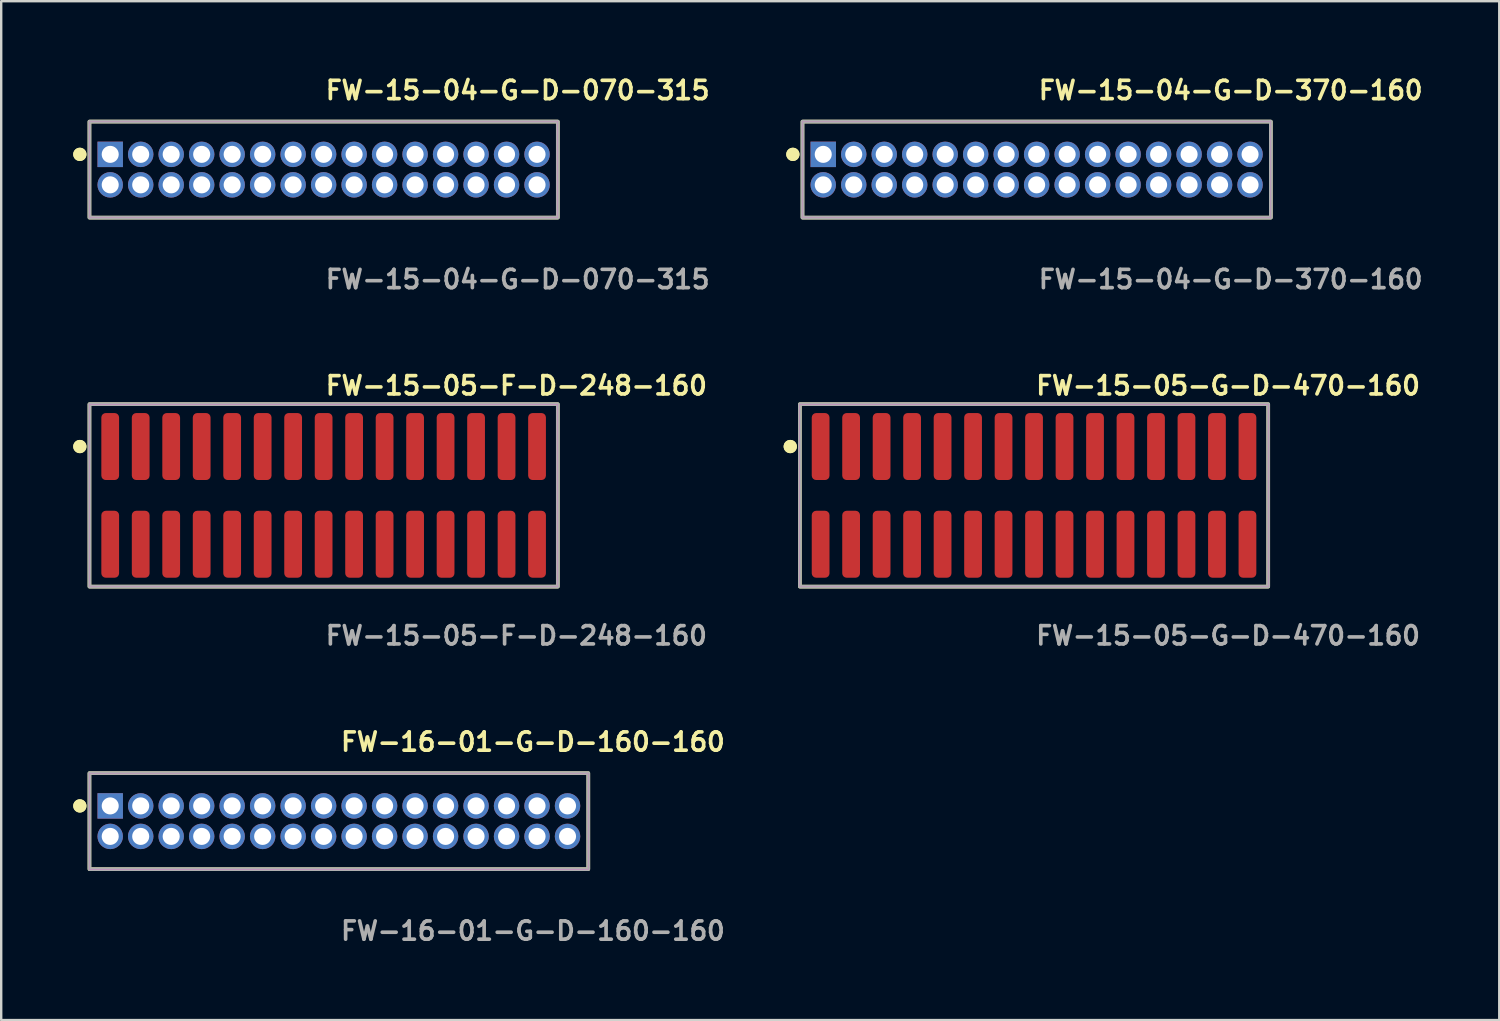
<source format=kicad_pcb>
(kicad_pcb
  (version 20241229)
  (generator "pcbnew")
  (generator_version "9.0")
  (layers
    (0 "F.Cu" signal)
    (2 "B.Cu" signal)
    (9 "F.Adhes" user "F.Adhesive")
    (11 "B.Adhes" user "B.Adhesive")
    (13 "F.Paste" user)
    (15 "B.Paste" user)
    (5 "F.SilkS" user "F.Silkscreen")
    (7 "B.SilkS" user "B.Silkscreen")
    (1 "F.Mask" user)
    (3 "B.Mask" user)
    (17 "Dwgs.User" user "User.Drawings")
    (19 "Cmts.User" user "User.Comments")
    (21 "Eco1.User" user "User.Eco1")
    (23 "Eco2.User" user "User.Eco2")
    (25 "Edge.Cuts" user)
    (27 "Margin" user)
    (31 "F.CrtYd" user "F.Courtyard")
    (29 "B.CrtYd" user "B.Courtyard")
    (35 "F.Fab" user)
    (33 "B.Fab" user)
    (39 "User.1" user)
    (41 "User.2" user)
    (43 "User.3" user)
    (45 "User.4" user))
  (footprint "FW-15-05-F-D-248-160"
    (layer "F.Cu")
    (at 10.431 17.586)
    (property "Reference" "FW-15-05-F-D-248-160" (at 0 -4.572 0) (unlocked yes) (layer "F.SilkS") (effects (font (size 0.762 0.762) (thickness 0.152)) (justify left)))
    (fp_rect (start -9.755 3.8) (end 9.755 -3.8) (stroke (width 0.152) (type solid)) (fill no) (layer "F.SilkS"))
    (fp_circle (center -10.155 -2.035) (end -10.355 -2.035) (stroke (width 0.152) (type solid)) (fill yes) (layer "F.SilkS"))
    (fp_circle (center -10.155 -2.035) (end -10.355 -2.035) (stroke (width 0.152) (type solid)) (fill yes) (layer "F.SilkS"))
    (fp_rect (start -9.755 3.8) (end 9.755 -3.8) (stroke (width 0.006) (type solid)) (fill no) (layer "F.CrtYd"))
    (fp_rect (start -9.755 3.8) (end 9.755 -3.8) (stroke (width 0.152) (type solid)) (fill no) (layer "F.Fab"))
    (fp_text user "${REFERENCE}" (at 0 5.842 0) (unlocked yes) (layer "F.Fab") (effects (font (size 0.762 0.762) (thickness 0.152)) (justify left)))
    (pad "1" smd roundrect (at -8.89 -2.035) (size 0.74 2.79) (layers "F.Cu" "F.Paste") (roundrect_rratio 0.25))
    (pad "2" smd roundrect (at -8.89 2.035) (size 0.74 2.79) (layers "F.Cu" "F.Paste") (roundrect_rratio 0.25))
    (pad "3" smd roundrect (at -7.62 -2.035) (size 0.74 2.79) (layers "F.Cu" "F.Paste") (roundrect_rratio 0.25))
    (pad "4" smd roundrect (at -7.62 2.035) (size 0.74 2.79) (layers "F.Cu" "F.Paste") (roundrect_rratio 0.25))
    (pad "5" smd roundrect (at -6.35 -2.035) (size 0.74 2.79) (layers "F.Cu" "F.Paste") (roundrect_rratio 0.25))
    (pad "6" smd roundrect (at -6.35 2.035) (size 0.74 2.79) (layers "F.Cu" "F.Paste") (roundrect_rratio 0.25))
    (pad "7" smd roundrect (at -5.08 -2.035) (size 0.74 2.79) (layers "F.Cu" "F.Paste") (roundrect_rratio 0.25))
    (pad "8" smd roundrect (at -5.08 2.035) (size 0.74 2.79) (layers "F.Cu" "F.Paste") (roundrect_rratio 0.25))
    (pad "9" smd roundrect (at -3.81 -2.035) (size 0.74 2.79) (layers "F.Cu" "F.Paste") (roundrect_rratio 0.25))
    (pad "10" smd roundrect (at -3.81 2.035) (size 0.74 2.79) (layers "F.Cu" "F.Paste") (roundrect_rratio 0.25))
    (pad "11" smd roundrect (at -2.54 -2.035) (size 0.74 2.79) (layers "F.Cu" "F.Paste") (roundrect_rratio 0.25))
    (pad "12" smd roundrect (at -2.54 2.035) (size 0.74 2.79) (layers "F.Cu" "F.Paste") (roundrect_rratio 0.25))
    (pad "13" smd roundrect (at -1.27 -2.035) (size 0.74 2.79) (layers "F.Cu" "F.Paste") (roundrect_rratio 0.25))
    (pad "14" smd roundrect (at -1.27 2.035) (size 0.74 2.79) (layers "F.Cu" "F.Paste") (roundrect_rratio 0.25))
    (pad "15" smd roundrect (at 0 -2.035) (size 0.74 2.79) (layers "F.Cu" "F.Paste") (roundrect_rratio 0.25))
    (pad "16" smd roundrect (at 0 2.035) (size 0.74 2.79) (layers "F.Cu" "F.Paste") (roundrect_rratio 0.25))
    (pad "17" smd roundrect (at 1.27 -2.035) (size 0.74 2.79) (layers "F.Cu" "F.Paste") (roundrect_rratio 0.25))
    (pad "18" smd roundrect (at 1.27 2.035) (size 0.74 2.79) (layers "F.Cu" "F.Paste") (roundrect_rratio 0.25))
    (pad "19" smd roundrect (at 2.54 -2.035) (size 0.74 2.79) (layers "F.Cu" "F.Paste") (roundrect_rratio 0.25))
    (pad "20" smd roundrect (at 2.54 2.035) (size 0.74 2.79) (layers "F.Cu" "F.Paste") (roundrect_rratio 0.25))
    (pad "21" smd roundrect (at 3.81 -2.035) (size 0.74 2.79) (layers "F.Cu" "F.Paste") (roundrect_rratio 0.25))
    (pad "22" smd roundrect (at 3.81 2.035) (size 0.74 2.79) (layers "F.Cu" "F.Paste") (roundrect_rratio 0.25))
    (pad "23" smd roundrect (at 5.08 -2.035) (size 0.74 2.79) (layers "F.Cu" "F.Paste") (roundrect_rratio 0.25))
    (pad "24" smd roundrect (at 5.08 2.035) (size 0.74 2.79) (layers "F.Cu" "F.Paste") (roundrect_rratio 0.25))
    (pad "25" smd roundrect (at 6.35 -2.035) (size 0.74 2.79) (layers "F.Cu" "F.Paste") (roundrect_rratio 0.25))
    (pad "26" smd roundrect (at 6.35 2.035) (size 0.74 2.79) (layers "F.Cu" "F.Paste") (roundrect_rratio 0.25))
    (pad "27" smd roundrect (at 7.62 -2.035) (size 0.74 2.79) (layers "F.Cu" "F.Paste") (roundrect_rratio 0.25))
    (pad "28" smd roundrect (at 7.62 2.035) (size 0.74 2.79) (layers "F.Cu" "F.Paste") (roundrect_rratio 0.25))
    (pad "29" smd roundrect (at 8.89 -2.035) (size 0.74 2.79) (layers "F.Cu" "F.Paste") (roundrect_rratio 0.25))
    (pad "30" smd roundrect (at 8.89 2.035) (size 0.74 2.79) (layers "F.Cu" "F.Paste") (roundrect_rratio 0.25)))
  (footprint "FW-15-04-G-D-070-315"
    (layer "F.Cu")
    (at 10.431 4.015)
    (property "Reference" "FW-15-04-G-D-070-315" (at 0 -3.302 0) (unlocked yes) (layer "F.SilkS") (effects (font (size 0.762 0.762) (thickness 0.152)) (justify left)))
    (fp_rect (start -9.755 2) (end 9.755 -2) (stroke (width 0.152) (type solid)) (fill no) (layer "F.SilkS"))
    (fp_circle (center -10.155 -0.635) (end -10.355 -0.635) (stroke (width 0.152) (type solid)) (fill yes) (layer "F.SilkS"))
    (fp_circle (center -10.155 -0.635) (end -10.355 -0.635) (stroke (width 0.152) (type solid)) (fill yes) (layer "F.SilkS"))
    (fp_rect (start -9.755 2) (end 9.755 -2) (stroke (width 0.006) (type solid)) (fill no) (layer "F.CrtYd"))
    (fp_rect (start -9.755 2) (end 9.755 -2) (stroke (width 0.152) (type solid)) (fill no) (layer "F.Fab"))
    (fp_text user "${REFERENCE}" (at 0 4.572 0) (unlocked yes) (layer "F.Fab") (effects (font (size 0.762 0.762) (thickness 0.152)) (justify left)))
    (pad "1" thru_hole rect (at -8.89 -0.635) (size 1.06 1.06) (drill 0.71) (layers "*.Cu" "*.Mask"))
    (pad "2" thru_hole circle (at -8.89 0.635) (size 1.06 1.06) (drill 0.71) (layers "*.Cu" "*.Mask"))
    (pad "3" thru_hole circle (at -7.62 -0.635) (size 1.06 1.06) (drill 0.71) (layers "*.Cu" "*.Mask"))
    (pad "4" thru_hole circle (at -7.62 0.635) (size 1.06 1.06) (drill 0.71) (layers "*.Cu" "*.Mask"))
    (pad "5" thru_hole circle (at -6.35 -0.635) (size 1.06 1.06) (drill 0.71) (layers "*.Cu" "*.Mask"))
    (pad "6" thru_hole circle (at -6.35 0.635) (size 1.06 1.06) (drill 0.71) (layers "*.Cu" "*.Mask"))
    (pad "7" thru_hole circle (at -5.08 -0.635) (size 1.06 1.06) (drill 0.71) (layers "*.Cu" "*.Mask"))
    (pad "8" thru_hole circle (at -5.08 0.635) (size 1.06 1.06) (drill 0.71) (layers "*.Cu" "*.Mask"))
    (pad "9" thru_hole circle (at -3.81 -0.635) (size 1.06 1.06) (drill 0.71) (layers "*.Cu" "*.Mask"))
    (pad "10" thru_hole circle (at -3.81 0.635) (size 1.06 1.06) (drill 0.71) (layers "*.Cu" "*.Mask"))
    (pad "11" thru_hole circle (at -2.54 -0.635) (size 1.06 1.06) (drill 0.71) (layers "*.Cu" "*.Mask"))
    (pad "12" thru_hole circle (at -2.54 0.635) (size 1.06 1.06) (drill 0.71) (layers "*.Cu" "*.Mask"))
    (pad "13" thru_hole circle (at -1.27 -0.635) (size 1.06 1.06) (drill 0.71) (layers "*.Cu" "*.Mask"))
    (pad "14" thru_hole circle (at -1.27 0.635) (size 1.06 1.06) (drill 0.71) (layers "*.Cu" "*.Mask"))
    (pad "15" thru_hole circle (at 0 -0.635) (size 1.06 1.06) (drill 0.71) (layers "*.Cu" "*.Mask"))
    (pad "16" thru_hole circle (at 0 0.635) (size 1.06 1.06) (drill 0.71) (layers "*.Cu" "*.Mask"))
    (pad "17" thru_hole circle (at 1.27 -0.635) (size 1.06 1.06) (drill 0.71) (layers "*.Cu" "*.Mask"))
    (pad "18" thru_hole circle (at 1.27 0.635) (size 1.06 1.06) (drill 0.71) (layers "*.Cu" "*.Mask"))
    (pad "19" thru_hole circle (at 2.54 -0.635) (size 1.06 1.06) (drill 0.71) (layers "*.Cu" "*.Mask"))
    (pad "20" thru_hole circle (at 2.54 0.635) (size 1.06 1.06) (drill 0.71) (layers "*.Cu" "*.Mask"))
    (pad "21" thru_hole circle (at 3.81 -0.635) (size 1.06 1.06) (drill 0.71) (layers "*.Cu" "*.Mask"))
    (pad "22" thru_hole circle (at 3.81 0.635) (size 1.06 1.06) (drill 0.71) (layers "*.Cu" "*.Mask"))
    (pad "23" thru_hole circle (at 5.08 -0.635) (size 1.06 1.06) (drill 0.71) (layers "*.Cu" "*.Mask"))
    (pad "24" thru_hole circle (at 5.08 0.635) (size 1.06 1.06) (drill 0.71) (layers "*.Cu" "*.Mask"))
    (pad "25" thru_hole circle (at 6.35 -0.635) (size 1.06 1.06) (drill 0.71) (layers "*.Cu" "*.Mask"))
    (pad "26" thru_hole circle (at 6.35 0.635) (size 1.06 1.06) (drill 0.71) (layers "*.Cu" "*.Mask"))
    (pad "27" thru_hole circle (at 7.62 -0.635) (size 1.06 1.06) (drill 0.71) (layers "*.Cu" "*.Mask"))
    (pad "28" thru_hole circle (at 7.62 0.635) (size 1.06 1.06) (drill 0.71) (layers "*.Cu" "*.Mask"))
    (pad "29" thru_hole circle (at 8.89 -0.635) (size 1.06 1.06) (drill 0.71) (layers "*.Cu" "*.Mask"))
    (pad "30" thru_hole circle (at 8.89 0.635) (size 1.06 1.06) (drill 0.71) (layers "*.Cu" "*.Mask")))
  (footprint "FW-16-01-G-D-160-160"
    (layer "F.Cu")
    (at 11.066 31.156)
    (property "Reference" "FW-16-01-G-D-160-160" (at 0 -3.302 0) (unlocked yes) (layer "F.SilkS") (effects (font (size 0.762 0.762) (thickness 0.152)) (justify left)))
    (fp_rect (start -10.39 2) (end 10.39 -2) (stroke (width 0.152) (type solid)) (fill no) (layer "F.SilkS"))
    (fp_circle (center -10.79 -0.635) (end -10.99 -0.635) (stroke (width 0.152) (type solid)) (fill yes) (layer "F.SilkS"))
    (fp_circle (center -10.79 -0.635) (end -10.99 -0.635) (stroke (width 0.152) (type solid)) (fill yes) (layer "F.SilkS"))
    (fp_rect (start -10.39 2) (end 10.39 -2) (stroke (width 0.006) (type solid)) (fill no) (layer "F.CrtYd"))
    (fp_rect (start -10.39 2) (end 10.39 -2) (stroke (width 0.152) (type solid)) (fill no) (layer "F.Fab"))
    (fp_text user "${REFERENCE}" (at 0 4.572 0) (unlocked yes) (layer "F.Fab") (effects (font (size 0.762 0.762) (thickness 0.152)) (justify left)))
    (pad "1" thru_hole rect (at -9.525 -0.635) (size 1.06 1.06) (drill 0.71) (layers "*.Cu" "*.Mask"))
    (pad "2" thru_hole circle (at -9.525 0.635) (size 1.06 1.06) (drill 0.71) (layers "*.Cu" "*.Mask"))
    (pad "3" thru_hole circle (at -8.255 -0.635) (size 1.06 1.06) (drill 0.71) (layers "*.Cu" "*.Mask"))
    (pad "4" thru_hole circle (at -8.255 0.635) (size 1.06 1.06) (drill 0.71) (layers "*.Cu" "*.Mask"))
    (pad "5" thru_hole circle (at -6.985 -0.635) (size 1.06 1.06) (drill 0.71) (layers "*.Cu" "*.Mask"))
    (pad "6" thru_hole circle (at -6.985 0.635) (size 1.06 1.06) (drill 0.71) (layers "*.Cu" "*.Mask"))
    (pad "7" thru_hole circle (at -5.715 -0.635) (size 1.06 1.06) (drill 0.71) (layers "*.Cu" "*.Mask"))
    (pad "8" thru_hole circle (at -5.715 0.635) (size 1.06 1.06) (drill 0.71) (layers "*.Cu" "*.Mask"))
    (pad "9" thru_hole circle (at -4.445 -0.635) (size 1.06 1.06) (drill 0.71) (layers "*.Cu" "*.Mask"))
    (pad "10" thru_hole circle (at -4.445 0.635) (size 1.06 1.06) (drill 0.71) (layers "*.Cu" "*.Mask"))
    (pad "11" thru_hole circle (at -3.175 -0.635) (size 1.06 1.06) (drill 0.71) (layers "*.Cu" "*.Mask"))
    (pad "12" thru_hole circle (at -3.175 0.635) (size 1.06 1.06) (drill 0.71) (layers "*.Cu" "*.Mask"))
    (pad "13" thru_hole circle (at -1.905 -0.635) (size 1.06 1.06) (drill 0.71) (layers "*.Cu" "*.Mask"))
    (pad "14" thru_hole circle (at -1.905 0.635) (size 1.06 1.06) (drill 0.71) (layers "*.Cu" "*.Mask"))
    (pad "15" thru_hole circle (at -0.635 -0.635) (size 1.06 1.06) (drill 0.71) (layers "*.Cu" "*.Mask"))
    (pad "16" thru_hole circle (at -0.635 0.635) (size 1.06 1.06) (drill 0.71) (layers "*.Cu" "*.Mask"))
    (pad "17" thru_hole circle (at 0.635 -0.635) (size 1.06 1.06) (drill 0.71) (layers "*.Cu" "*.Mask"))
    (pad "18" thru_hole circle (at 0.635 0.635) (size 1.06 1.06) (drill 0.71) (layers "*.Cu" "*.Mask"))
    (pad "19" thru_hole circle (at 1.905 -0.635) (size 1.06 1.06) (drill 0.71) (layers "*.Cu" "*.Mask"))
    (pad "20" thru_hole circle (at 1.905 0.635) (size 1.06 1.06) (drill 0.71) (layers "*.Cu" "*.Mask"))
    (pad "21" thru_hole circle (at 3.175 -0.635) (size 1.06 1.06) (drill 0.71) (layers "*.Cu" "*.Mask"))
    (pad "22" thru_hole circle (at 3.175 0.635) (size 1.06 1.06) (drill 0.71) (layers "*.Cu" "*.Mask"))
    (pad "23" thru_hole circle (at 4.445 -0.635) (size 1.06 1.06) (drill 0.71) (layers "*.Cu" "*.Mask"))
    (pad "24" thru_hole circle (at 4.445 0.635) (size 1.06 1.06) (drill 0.71) (layers "*.Cu" "*.Mask"))
    (pad "25" thru_hole circle (at 5.715 -0.635) (size 1.06 1.06) (drill 0.71) (layers "*.Cu" "*.Mask"))
    (pad "26" thru_hole circle (at 5.715 0.635) (size 1.06 1.06) (drill 0.71) (layers "*.Cu" "*.Mask"))
    (pad "27" thru_hole circle (at 6.985 -0.635) (size 1.06 1.06) (drill 0.71) (layers "*.Cu" "*.Mask"))
    (pad "28" thru_hole circle (at 6.985 0.635) (size 1.06 1.06) (drill 0.71) (layers "*.Cu" "*.Mask"))
    (pad "29" thru_hole circle (at 8.255 -0.635) (size 1.06 1.06) (drill 0.71) (layers "*.Cu" "*.Mask"))
    (pad "30" thru_hole circle (at 8.255 0.635) (size 1.06 1.06) (drill 0.71) (layers "*.Cu" "*.Mask"))
    (pad "31" thru_hole circle (at 9.525 -0.635) (size 1.06 1.06) (drill 0.71) (layers "*.Cu" "*.Mask"))
    (pad "32" thru_hole circle (at 9.525 0.635) (size 1.06 1.06) (drill 0.71) (layers "*.Cu" "*.Mask")))
  (footprint "FW-15-04-G-D-370-160"
    (layer "F.Cu")
    (at 40.133 4.015)
    (property "Reference" "FW-15-04-G-D-370-160" (at 0 -3.302 0) (unlocked yes) (layer "F.SilkS") (effects (font (size 0.762 0.762) (thickness 0.152)) (justify left)))
    (fp_rect (start -9.755 2) (end 9.755 -2) (stroke (width 0.152) (type solid)) (fill no) (layer "F.SilkS"))
    (fp_circle (center -10.155 -0.635) (end -10.355 -0.635) (stroke (width 0.152) (type solid)) (fill yes) (layer "F.SilkS"))
    (fp_circle (center -10.155 -0.635) (end -10.355 -0.635) (stroke (width 0.152) (type solid)) (fill yes) (layer "F.SilkS"))
    (fp_rect (start -9.755 2) (end 9.755 -2) (stroke (width 0.006) (type solid)) (fill no) (layer "F.CrtYd"))
    (fp_rect (start -9.755 2) (end 9.755 -2) (stroke (width 0.152) (type solid)) (fill no) (layer "F.Fab"))
    (fp_text user "${REFERENCE}" (at 0 4.572 0) (unlocked yes) (layer "F.Fab") (effects (font (size 0.762 0.762) (thickness 0.152)) (justify left)))
    (pad "1" thru_hole rect (at -8.89 -0.635) (size 1.06 1.06) (drill 0.71) (layers "*.Cu" "*.Mask"))
    (pad "2" thru_hole circle (at -8.89 0.635) (size 1.06 1.06) (drill 0.71) (layers "*.Cu" "*.Mask"))
    (pad "3" thru_hole circle (at -7.62 -0.635) (size 1.06 1.06) (drill 0.71) (layers "*.Cu" "*.Mask"))
    (pad "4" thru_hole circle (at -7.62 0.635) (size 1.06 1.06) (drill 0.71) (layers "*.Cu" "*.Mask"))
    (pad "5" thru_hole circle (at -6.35 -0.635) (size 1.06 1.06) (drill 0.71) (layers "*.Cu" "*.Mask"))
    (pad "6" thru_hole circle (at -6.35 0.635) (size 1.06 1.06) (drill 0.71) (layers "*.Cu" "*.Mask"))
    (pad "7" thru_hole circle (at -5.08 -0.635) (size 1.06 1.06) (drill 0.71) (layers "*.Cu" "*.Mask"))
    (pad "8" thru_hole circle (at -5.08 0.635) (size 1.06 1.06) (drill 0.71) (layers "*.Cu" "*.Mask"))
    (pad "9" thru_hole circle (at -3.81 -0.635) (size 1.06 1.06) (drill 0.71) (layers "*.Cu" "*.Mask"))
    (pad "10" thru_hole circle (at -3.81 0.635) (size 1.06 1.06) (drill 0.71) (layers "*.Cu" "*.Mask"))
    (pad "11" thru_hole circle (at -2.54 -0.635) (size 1.06 1.06) (drill 0.71) (layers "*.Cu" "*.Mask"))
    (pad "12" thru_hole circle (at -2.54 0.635) (size 1.06 1.06) (drill 0.71) (layers "*.Cu" "*.Mask"))
    (pad "13" thru_hole circle (at -1.27 -0.635) (size 1.06 1.06) (drill 0.71) (layers "*.Cu" "*.Mask"))
    (pad "14" thru_hole circle (at -1.27 0.635) (size 1.06 1.06) (drill 0.71) (layers "*.Cu" "*.Mask"))
    (pad "15" thru_hole circle (at 0 -0.635) (size 1.06 1.06) (drill 0.71) (layers "*.Cu" "*.Mask"))
    (pad "16" thru_hole circle (at 0 0.635) (size 1.06 1.06) (drill 0.71) (layers "*.Cu" "*.Mask"))
    (pad "17" thru_hole circle (at 1.27 -0.635) (size 1.06 1.06) (drill 0.71) (layers "*.Cu" "*.Mask"))
    (pad "18" thru_hole circle (at 1.27 0.635) (size 1.06 1.06) (drill 0.71) (layers "*.Cu" "*.Mask"))
    (pad "19" thru_hole circle (at 2.54 -0.635) (size 1.06 1.06) (drill 0.71) (layers "*.Cu" "*.Mask"))
    (pad "20" thru_hole circle (at 2.54 0.635) (size 1.06 1.06) (drill 0.71) (layers "*.Cu" "*.Mask"))
    (pad "21" thru_hole circle (at 3.81 -0.635) (size 1.06 1.06) (drill 0.71) (layers "*.Cu" "*.Mask"))
    (pad "22" thru_hole circle (at 3.81 0.635) (size 1.06 1.06) (drill 0.71) (layers "*.Cu" "*.Mask"))
    (pad "23" thru_hole circle (at 5.08 -0.635) (size 1.06 1.06) (drill 0.71) (layers "*.Cu" "*.Mask"))
    (pad "24" thru_hole circle (at 5.08 0.635) (size 1.06 1.06) (drill 0.71) (layers "*.Cu" "*.Mask"))
    (pad "25" thru_hole circle (at 6.35 -0.635) (size 1.06 1.06) (drill 0.71) (layers "*.Cu" "*.Mask"))
    (pad "26" thru_hole circle (at 6.35 0.635) (size 1.06 1.06) (drill 0.71) (layers "*.Cu" "*.Mask"))
    (pad "27" thru_hole circle (at 7.62 -0.635) (size 1.06 1.06) (drill 0.71) (layers "*.Cu" "*.Mask"))
    (pad "28" thru_hole circle (at 7.62 0.635) (size 1.06 1.06) (drill 0.71) (layers "*.Cu" "*.Mask"))
    (pad "29" thru_hole circle (at 8.89 -0.635) (size 1.06 1.06) (drill 0.71) (layers "*.Cu" "*.Mask"))
    (pad "30" thru_hole circle (at 8.89 0.635) (size 1.06 1.06) (drill 0.71) (layers "*.Cu" "*.Mask")))
  (footprint "FW-15-05-G-D-470-160"
    (layer "F.Cu")
    (at 40.024 17.586)
    (property "Reference" "FW-15-05-G-D-470-160" (at 0 -4.572 0) (unlocked yes) (layer "F.SilkS") (effects (font (size 0.762 0.762) (thickness 0.152)) (justify left)))
    (fp_rect (start -9.755 3.8) (end 9.755 -3.8) (stroke (width 0.152) (type solid)) (fill no) (layer "F.SilkS"))
    (fp_circle (center -10.155 -2.035) (end -10.355 -2.035) (stroke (width 0.152) (type solid)) (fill yes) (layer "F.SilkS"))
    (fp_circle (center -10.155 -2.035) (end -10.355 -2.035) (stroke (width 0.152) (type solid)) (fill yes) (layer "F.SilkS"))
    (fp_rect (start -9.755 3.8) (end 9.755 -3.8) (stroke (width 0.006) (type solid)) (fill no) (layer "F.CrtYd"))
    (fp_rect (start -9.755 3.8) (end 9.755 -3.8) (stroke (width 0.152) (type solid)) (fill no) (layer "F.Fab"))
    (fp_text user "${REFERENCE}" (at 0 5.842 0) (unlocked yes) (layer "F.Fab") (effects (font (size 0.762 0.762) (thickness 0.152)) (justify left)))
    (pad "1" smd roundrect (at -8.89 -2.035) (size 0.74 2.79) (layers "F.Cu" "F.Paste") (roundrect_rratio 0.25))
    (pad "2" smd roundrect (at -8.89 2.035) (size 0.74 2.79) (layers "F.Cu" "F.Paste") (roundrect_rratio 0.25))
    (pad "3" smd roundrect (at -7.62 -2.035) (size 0.74 2.79) (layers "F.Cu" "F.Paste") (roundrect_rratio 0.25))
    (pad "4" smd roundrect (at -7.62 2.035) (size 0.74 2.79) (layers "F.Cu" "F.Paste") (roundrect_rratio 0.25))
    (pad "5" smd roundrect (at -6.35 -2.035) (size 0.74 2.79) (layers "F.Cu" "F.Paste") (roundrect_rratio 0.25))
    (pad "6" smd roundrect (at -6.35 2.035) (size 0.74 2.79) (layers "F.Cu" "F.Paste") (roundrect_rratio 0.25))
    (pad "7" smd roundrect (at -5.08 -2.035) (size 0.74 2.79) (layers "F.Cu" "F.Paste") (roundrect_rratio 0.25))
    (pad "8" smd roundrect (at -5.08 2.035) (size 0.74 2.79) (layers "F.Cu" "F.Paste") (roundrect_rratio 0.25))
    (pad "9" smd roundrect (at -3.81 -2.035) (size 0.74 2.79) (layers "F.Cu" "F.Paste") (roundrect_rratio 0.25))
    (pad "10" smd roundrect (at -3.81 2.035) (size 0.74 2.79) (layers "F.Cu" "F.Paste") (roundrect_rratio 0.25))
    (pad "11" smd roundrect (at -2.54 -2.035) (size 0.74 2.79) (layers "F.Cu" "F.Paste") (roundrect_rratio 0.25))
    (pad "12" smd roundrect (at -2.54 2.035) (size 0.74 2.79) (layers "F.Cu" "F.Paste") (roundrect_rratio 0.25))
    (pad "13" smd roundrect (at -1.27 -2.035) (size 0.74 2.79) (layers "F.Cu" "F.Paste") (roundrect_rratio 0.25))
    (pad "14" smd roundrect (at -1.27 2.035) (size 0.74 2.79) (layers "F.Cu" "F.Paste") (roundrect_rratio 0.25))
    (pad "15" smd roundrect (at 0 -2.035) (size 0.74 2.79) (layers "F.Cu" "F.Paste") (roundrect_rratio 0.25))
    (pad "16" smd roundrect (at 0 2.035) (size 0.74 2.79) (layers "F.Cu" "F.Paste") (roundrect_rratio 0.25))
    (pad "17" smd roundrect (at 1.27 -2.035) (size 0.74 2.79) (layers "F.Cu" "F.Paste") (roundrect_rratio 0.25))
    (pad "18" smd roundrect (at 1.27 2.035) (size 0.74 2.79) (layers "F.Cu" "F.Paste") (roundrect_rratio 0.25))
    (pad "19" smd roundrect (at 2.54 -2.035) (size 0.74 2.79) (layers "F.Cu" "F.Paste") (roundrect_rratio 0.25))
    (pad "20" smd roundrect (at 2.54 2.035) (size 0.74 2.79) (layers "F.Cu" "F.Paste") (roundrect_rratio 0.25))
    (pad "21" smd roundrect (at 3.81 -2.035) (size 0.74 2.79) (layers "F.Cu" "F.Paste") (roundrect_rratio 0.25))
    (pad "22" smd roundrect (at 3.81 2.035) (size 0.74 2.79) (layers "F.Cu" "F.Paste") (roundrect_rratio 0.25))
    (pad "23" smd roundrect (at 5.08 -2.035) (size 0.74 2.79) (layers "F.Cu" "F.Paste") (roundrect_rratio 0.25))
    (pad "24" smd roundrect (at 5.08 2.035) (size 0.74 2.79) (layers "F.Cu" "F.Paste") (roundrect_rratio 0.25))
    (pad "25" smd roundrect (at 6.35 -2.035) (size 0.74 2.79) (layers "F.Cu" "F.Paste") (roundrect_rratio 0.25))
    (pad "26" smd roundrect (at 6.35 2.035) (size 0.74 2.79) (layers "F.Cu" "F.Paste") (roundrect_rratio 0.25))
    (pad "27" smd roundrect (at 7.62 -2.035) (size 0.74 2.79) (layers "F.Cu" "F.Paste") (roundrect_rratio 0.25))
    (pad "28" smd roundrect (at 7.62 2.035) (size 0.74 2.79) (layers "F.Cu" "F.Paste") (roundrect_rratio 0.25))
    (pad "29" smd roundrect (at 8.89 -2.035) (size 0.74 2.79) (layers "F.Cu" "F.Paste") (roundrect_rratio 0.25))
    (pad "30" smd roundrect (at 8.89 2.035) (size 0.74 2.79) (layers "F.Cu" "F.Paste") (roundrect_rratio 0.25)))
  (gr_rect
    (start -3 -3)
    (end 59.403 39.441)
    (stroke (width 0.1) (type default))
    (fill no)
    (layer "Edge.Cuts")))
</source>
